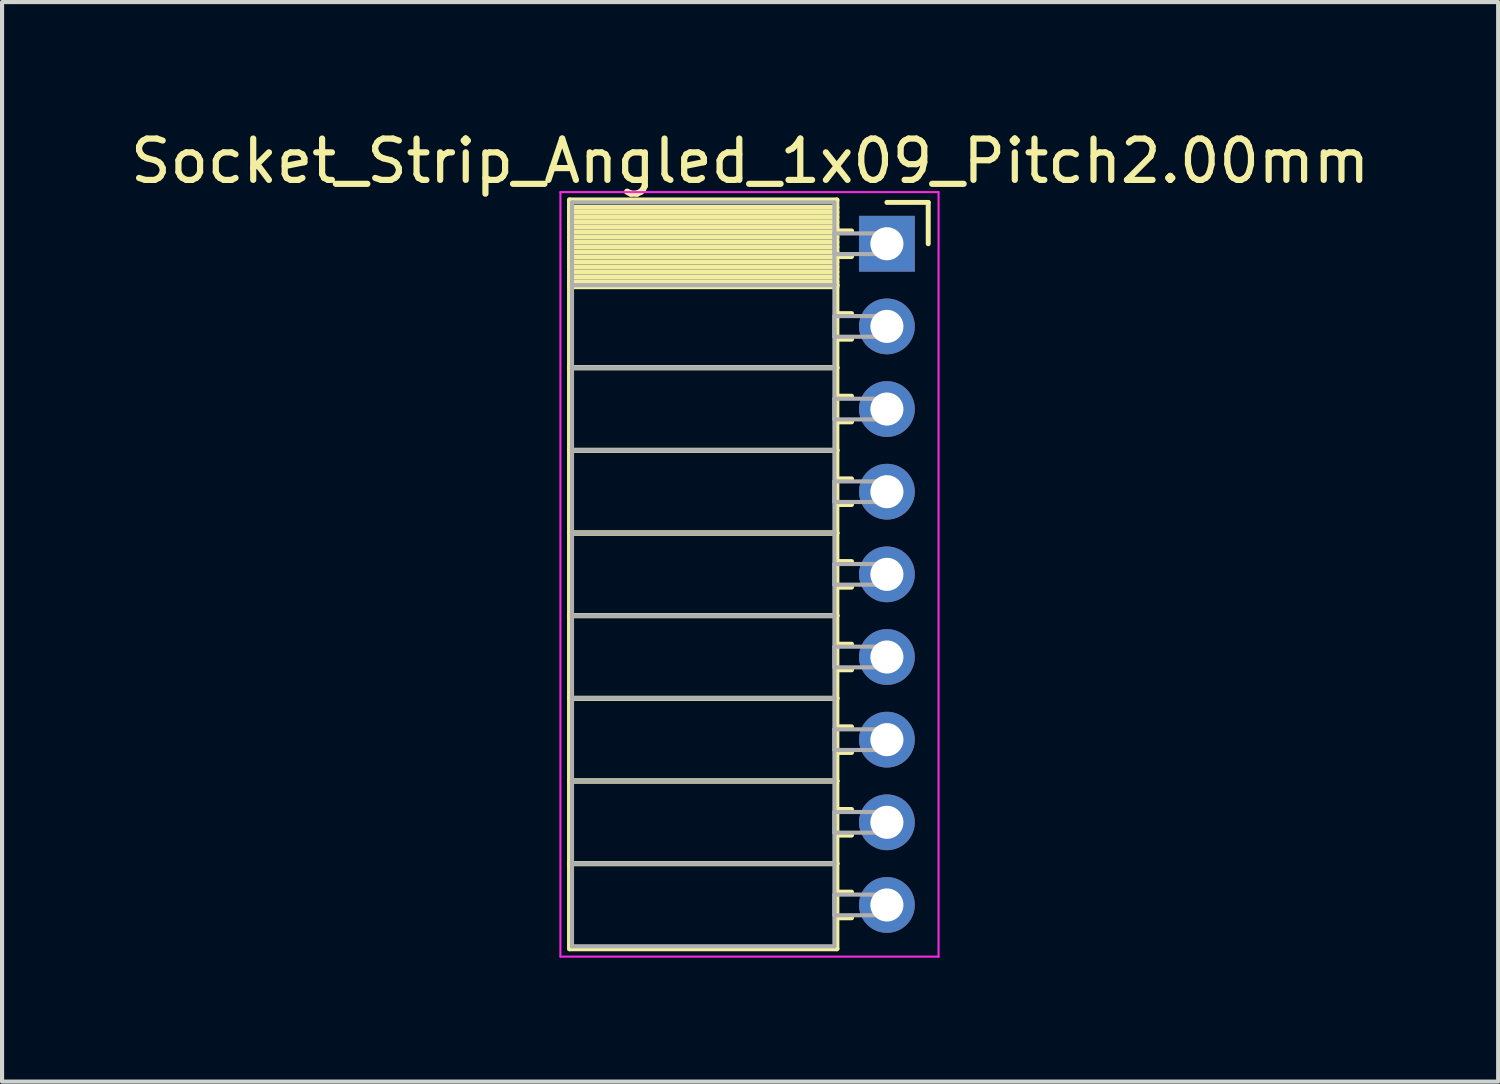
<source format=kicad_pcb>
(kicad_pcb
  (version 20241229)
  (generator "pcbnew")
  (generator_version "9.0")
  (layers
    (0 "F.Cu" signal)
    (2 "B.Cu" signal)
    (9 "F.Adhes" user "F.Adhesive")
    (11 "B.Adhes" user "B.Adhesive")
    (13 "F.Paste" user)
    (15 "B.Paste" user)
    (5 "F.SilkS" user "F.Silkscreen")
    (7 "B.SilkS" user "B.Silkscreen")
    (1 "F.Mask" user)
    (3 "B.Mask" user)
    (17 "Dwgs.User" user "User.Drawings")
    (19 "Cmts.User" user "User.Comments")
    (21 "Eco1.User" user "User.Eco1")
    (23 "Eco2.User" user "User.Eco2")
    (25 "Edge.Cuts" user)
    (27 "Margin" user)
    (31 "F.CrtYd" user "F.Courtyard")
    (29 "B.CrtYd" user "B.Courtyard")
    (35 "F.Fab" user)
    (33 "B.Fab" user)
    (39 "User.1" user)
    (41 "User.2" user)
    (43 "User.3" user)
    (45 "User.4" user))
  (footprint "Socket_Strip_Angled_1x09_Pitch2.00mm"
    (layer "F.Cu")
    (at 18.411 2.848)
    (property "Reference" "Socket_Strip_Angled_1x09_Pitch2.00mm" (at -3.31 -2 0) (layer "F.SilkS") (effects (font (size 1 1) (thickness 0.15))))
    (attr through_hole)
    (fp_line (start -7.68 -1.06) (end -1.21 -1.06) (stroke (width 0.12) (type solid)) (layer "F.SilkS"))
    (fp_line (start -7.68 1) (end -7.68 -1.06) (stroke (width 0.12) (type solid)) (layer "F.SilkS"))
    (fp_line (start -7.68 1) (end -1.21 1) (stroke (width 0.12) (type solid)) (layer "F.SilkS"))
    (fp_line (start -7.68 3) (end -7.68 1) (stroke (width 0.12) (type solid)) (layer "F.SilkS"))
    (fp_line (start -7.68 3) (end -1.21 3) (stroke (width 0.12) (type solid)) (layer "F.SilkS"))
    (fp_line (start -7.68 5) (end -7.68 3) (stroke (width 0.12) (type solid)) (layer "F.SilkS"))
    (fp_line (start -7.68 5) (end -1.21 5) (stroke (width 0.12) (type solid)) (layer "F.SilkS"))
    (fp_line (start -7.68 7) (end -7.68 5) (stroke (width 0.12) (type solid)) (layer "F.SilkS"))
    (fp_line (start -7.68 7) (end -1.21 7) (stroke (width 0.12) (type solid)) (layer "F.SilkS"))
    (fp_line (start -7.68 9) (end -7.68 7) (stroke (width 0.12) (type solid)) (layer "F.SilkS"))
    (fp_line (start -7.68 9) (end -1.21 9) (stroke (width 0.12) (type solid)) (layer "F.SilkS"))
    (fp_line (start -7.68 11) (end -7.68 9) (stroke (width 0.12) (type solid)) (layer "F.SilkS"))
    (fp_line (start -7.68 11) (end -1.21 11) (stroke (width 0.12) (type solid)) (layer "F.SilkS"))
    (fp_line (start -7.68 13) (end -7.68 11) (stroke (width 0.12) (type solid)) (layer "F.SilkS"))
    (fp_line (start -7.68 13) (end -1.21 13) (stroke (width 0.12) (type solid)) (layer "F.SilkS"))
    (fp_line (start -7.68 15) (end -7.68 13) (stroke (width 0.12) (type solid)) (layer "F.SilkS"))
    (fp_line (start -7.68 15) (end -1.21 15) (stroke (width 0.12) (type solid)) (layer "F.SilkS"))
    (fp_line (start -7.68 17.06) (end -7.68 15) (stroke (width 0.12) (type solid)) (layer "F.SilkS"))
    (fp_line (start -1.21 -1.06) (end -1.21 1) (stroke (width 0.12) (type solid)) (layer "F.SilkS"))
    (fp_line (start -1.21 -0.88) (end -7.68 -0.88) (stroke (width 0.12) (type solid)) (layer "F.SilkS"))
    (fp_line (start -1.21 -0.76) (end -7.68 -0.76) (stroke (width 0.12) (type solid)) (layer "F.SilkS"))
    (fp_line (start -1.21 -0.64) (end -7.68 -0.64) (stroke (width 0.12) (type solid)) (layer "F.SilkS"))
    (fp_line (start -1.21 -0.52) (end -7.68 -0.52) (stroke (width 0.12) (type solid)) (layer "F.SilkS"))
    (fp_line (start -1.21 -0.4) (end -7.68 -0.4) (stroke (width 0.12) (type solid)) (layer "F.SilkS"))
    (fp_line (start -1.21 -0.28) (end -7.68 -0.28) (stroke (width 0.12) (type solid)) (layer "F.SilkS"))
    (fp_line (start -1.21 -0.16) (end -7.68 -0.16) (stroke (width 0.12) (type solid)) (layer "F.SilkS"))
    (fp_line (start -1.21 -0.04) (end -7.68 -0.04) (stroke (width 0.12) (type solid)) (layer "F.SilkS"))
    (fp_line (start -1.21 0.08) (end -7.68 0.08) (stroke (width 0.12) (type solid)) (layer "F.SilkS"))
    (fp_line (start -1.21 0.2) (end -7.68 0.2) (stroke (width 0.12) (type solid)) (layer "F.SilkS"))
    (fp_line (start -1.21 0.32) (end -7.68 0.32) (stroke (width 0.12) (type solid)) (layer "F.SilkS"))
    (fp_line (start -1.21 0.44) (end -7.68 0.44) (stroke (width 0.12) (type solid)) (layer "F.SilkS"))
    (fp_line (start -1.21 0.56) (end -7.68 0.56) (stroke (width 0.12) (type solid)) (layer "F.SilkS"))
    (fp_line (start -1.21 0.68) (end -7.68 0.68) (stroke (width 0.12) (type solid)) (layer "F.SilkS"))
    (fp_line (start -1.21 0.8) (end -7.68 0.8) (stroke (width 0.12) (type solid)) (layer "F.SilkS"))
    (fp_line (start -1.21 0.92) (end -7.68 0.92) (stroke (width 0.12) (type solid)) (layer "F.SilkS"))
    (fp_line (start -1.21 1) (end -7.68 1) (stroke (width 0.12) (type solid)) (layer "F.SilkS"))
    (fp_line (start -1.21 1) (end -1.21 3) (stroke (width 0.12) (type solid)) (layer "F.SilkS"))
    (fp_line (start -1.21 1.04) (end -7.68 1.04) (stroke (width 0.12) (type solid)) (layer "F.SilkS"))
    (fp_line (start -1.21 3) (end -7.68 3) (stroke (width 0.12) (type solid)) (layer "F.SilkS"))
    (fp_line (start -1.21 3) (end -1.21 5) (stroke (width 0.12) (type solid)) (layer "F.SilkS"))
    (fp_line (start -1.21 5) (end -7.68 5) (stroke (width 0.12) (type solid)) (layer "F.SilkS"))
    (fp_line (start -1.21 5) (end -1.21 7) (stroke (width 0.12) (type solid)) (layer "F.SilkS"))
    (fp_line (start -1.21 7) (end -7.68 7) (stroke (width 0.12) (type solid)) (layer "F.SilkS"))
    (fp_line (start -1.21 7) (end -1.21 9) (stroke (width 0.12) (type solid)) (layer "F.SilkS"))
    (fp_line (start -1.21 9) (end -7.68 9) (stroke (width 0.12) (type solid)) (layer "F.SilkS"))
    (fp_line (start -1.21 9) (end -1.21 11) (stroke (width 0.12) (type solid)) (layer "F.SilkS"))
    (fp_line (start -1.21 11) (end -7.68 11) (stroke (width 0.12) (type solid)) (layer "F.SilkS"))
    (fp_line (start -1.21 11) (end -1.21 13) (stroke (width 0.12) (type solid)) (layer "F.SilkS"))
    (fp_line (start -1.21 13) (end -7.68 13) (stroke (width 0.12) (type solid)) (layer "F.SilkS"))
    (fp_line (start -1.21 13) (end -1.21 15) (stroke (width 0.12) (type solid)) (layer "F.SilkS"))
    (fp_line (start -1.21 15) (end -7.68 15) (stroke (width 0.12) (type solid)) (layer "F.SilkS"))
    (fp_line (start -1.21 15) (end -1.21 17.06) (stroke (width 0.12) (type solid)) (layer "F.SilkS"))
    (fp_line (start -1.21 17.06) (end -7.68 17.06) (stroke (width 0.12) (type solid)) (layer "F.SilkS"))
    (fp_line (start -0.855 -0.31) (end -1.21 -0.31) (stroke (width 0.12) (type solid)) (layer "F.SilkS"))
    (fp_line (start -0.855 0.31) (end -1.21 0.31) (stroke (width 0.12) (type solid)) (layer "F.SilkS"))
    (fp_line (start -0.855 1.69) (end -1.21 1.69) (stroke (width 0.12) (type solid)) (layer "F.SilkS"))
    (fp_line (start -0.855 2.31) (end -1.21 2.31) (stroke (width 0.12) (type solid)) (layer "F.SilkS"))
    (fp_line (start -0.855 3.69) (end -1.21 3.69) (stroke (width 0.12) (type solid)) (layer "F.SilkS"))
    (fp_line (start -0.855 4.31) (end -1.21 4.31) (stroke (width 0.12) (type solid)) (layer "F.SilkS"))
    (fp_line (start -0.855 5.69) (end -1.21 5.69) (stroke (width 0.12) (type solid)) (layer "F.SilkS"))
    (fp_line (start -0.855 6.31) (end -1.21 6.31) (stroke (width 0.12) (type solid)) (layer "F.SilkS"))
    (fp_line (start -0.855 7.69) (end -1.21 7.69) (stroke (width 0.12) (type solid)) (layer "F.SilkS"))
    (fp_line (start -0.855 8.31) (end -1.21 8.31) (stroke (width 0.12) (type solid)) (layer "F.SilkS"))
    (fp_line (start -0.855 9.69) (end -1.21 9.69) (stroke (width 0.12) (type solid)) (layer "F.SilkS"))
    (fp_line (start -0.855 10.31) (end -1.21 10.31) (stroke (width 0.12) (type solid)) (layer "F.SilkS"))
    (fp_line (start -0.855 11.69) (end -1.21 11.69) (stroke (width 0.12) (type solid)) (layer "F.SilkS"))
    (fp_line (start -0.855 12.31) (end -1.21 12.31) (stroke (width 0.12) (type solid)) (layer "F.SilkS"))
    (fp_line (start -0.855 13.69) (end -1.21 13.69) (stroke (width 0.12) (type solid)) (layer "F.SilkS"))
    (fp_line (start -0.855 14.31) (end -1.21 14.31) (stroke (width 0.12) (type solid)) (layer "F.SilkS"))
    (fp_line (start -0.855 15.69) (end -1.21 15.69) (stroke (width 0.12) (type solid)) (layer "F.SilkS"))
    (fp_line (start -0.855 16.31) (end -1.21 16.31) (stroke (width 0.12) (type solid)) (layer "F.SilkS"))
    (fp_line (start 0 -1) (end 1 -1) (stroke (width 0.12) (type solid)) (layer "F.SilkS"))
    (fp_line (start 1 -1) (end 1 0) (stroke (width 0.12) (type solid)) (layer "F.SilkS"))
    (fp_line (start -7.9 -1.25) (end 1.25 -1.25) (stroke (width 0.05) (type solid)) (layer "F.CrtYd"))
    (fp_line (start -7.9 17.25) (end -7.9 -1.25) (stroke (width 0.05) (type solid)) (layer "F.CrtYd"))
    (fp_line (start 1.25 -1.25) (end 1.25 17.25) (stroke (width 0.05) (type solid)) (layer "F.CrtYd"))
    (fp_line (start 1.25 17.25) (end -7.9 17.25) (stroke (width 0.05) (type solid)) (layer "F.CrtYd"))
    (fp_line (start -7.62 -1) (end -1.27 -1) (stroke (width 0.1) (type solid)) (layer "F.Fab"))
    (fp_line (start -7.62 1) (end -7.62 -1) (stroke (width 0.1) (type solid)) (layer "F.Fab"))
    (fp_line (start -7.62 1) (end -1.27 1) (stroke (width 0.1) (type solid)) (layer "F.Fab"))
    (fp_line (start -7.62 3) (end -7.62 1) (stroke (width 0.1) (type solid)) (layer "F.Fab"))
    (fp_line (start -7.62 3) (end -1.27 3) (stroke (width 0.1) (type solid)) (layer "F.Fab"))
    (fp_line (start -7.62 5) (end -7.62 3) (stroke (width 0.1) (type solid)) (layer "F.Fab"))
    (fp_line (start -7.62 5) (end -1.27 5) (stroke (width 0.1) (type solid)) (layer "F.Fab"))
    (fp_line (start -7.62 7) (end -7.62 5) (stroke (width 0.1) (type solid)) (layer "F.Fab"))
    (fp_line (start -7.62 7) (end -1.27 7) (stroke (width 0.1) (type solid)) (layer "F.Fab"))
    (fp_line (start -7.62 9) (end -7.62 7) (stroke (width 0.1) (type solid)) (layer "F.Fab"))
    (fp_line (start -7.62 9) (end -1.27 9) (stroke (width 0.1) (type solid)) (layer "F.Fab"))
    (fp_line (start -7.62 11) (end -7.62 9) (stroke (width 0.1) (type solid)) (layer "F.Fab"))
    (fp_line (start -7.62 11) (end -1.27 11) (stroke (width 0.1) (type solid)) (layer "F.Fab"))
    (fp_line (start -7.62 13) (end -7.62 11) (stroke (width 0.1) (type solid)) (layer "F.Fab"))
    (fp_line (start -7.62 13) (end -1.27 13) (stroke (width 0.1) (type solid)) (layer "F.Fab"))
    (fp_line (start -7.62 15) (end -7.62 13) (stroke (width 0.1) (type solid)) (layer "F.Fab"))
    (fp_line (start -7.62 15) (end -1.27 15) (stroke (width 0.1) (type solid)) (layer "F.Fab"))
    (fp_line (start -7.62 17) (end -7.62 15) (stroke (width 0.1) (type solid)) (layer "F.Fab"))
    (fp_line (start -1.27 -1) (end -1.27 1) (stroke (width 0.1) (type solid)) (layer "F.Fab"))
    (fp_line (start -1.27 -0.25) (end 0 -0.25) (stroke (width 0.1) (type solid)) (layer "F.Fab"))
    (fp_line (start -1.27 0.25) (end -1.27 -0.25) (stroke (width 0.1) (type solid)) (layer "F.Fab"))
    (fp_line (start -1.27 1) (end -7.62 1) (stroke (width 0.1) (type solid)) (layer "F.Fab"))
    (fp_line (start -1.27 1) (end -1.27 3) (stroke (width 0.1) (type solid)) (layer "F.Fab"))
    (fp_line (start -1.27 1.75) (end 0 1.75) (stroke (width 0.1) (type solid)) (layer "F.Fab"))
    (fp_line (start -1.27 2.25) (end -1.27 1.75) (stroke (width 0.1) (type solid)) (layer "F.Fab"))
    (fp_line (start -1.27 3) (end -7.62 3) (stroke (width 0.1) (type solid)) (layer "F.Fab"))
    (fp_line (start -1.27 3) (end -1.27 5) (stroke (width 0.1) (type solid)) (layer "F.Fab"))
    (fp_line (start -1.27 3.75) (end 0 3.75) (stroke (width 0.1) (type solid)) (layer "F.Fab"))
    (fp_line (start -1.27 4.25) (end -1.27 3.75) (stroke (width 0.1) (type solid)) (layer "F.Fab"))
    (fp_line (start -1.27 5) (end -7.62 5) (stroke (width 0.1) (type solid)) (layer "F.Fab"))
    (fp_line (start -1.27 5) (end -1.27 7) (stroke (width 0.1) (type solid)) (layer "F.Fab"))
    (fp_line (start -1.27 5.75) (end 0 5.75) (stroke (width 0.1) (type solid)) (layer "F.Fab"))
    (fp_line (start -1.27 6.25) (end -1.27 5.75) (stroke (width 0.1) (type solid)) (layer "F.Fab"))
    (fp_line (start -1.27 7) (end -7.62 7) (stroke (width 0.1) (type solid)) (layer "F.Fab"))
    (fp_line (start -1.27 7) (end -1.27 9) (stroke (width 0.1) (type solid)) (layer "F.Fab"))
    (fp_line (start -1.27 7.75) (end 0 7.75) (stroke (width 0.1) (type solid)) (layer "F.Fab"))
    (fp_line (start -1.27 8.25) (end -1.27 7.75) (stroke (width 0.1) (type solid)) (layer "F.Fab"))
    (fp_line (start -1.27 9) (end -7.62 9) (stroke (width 0.1) (type solid)) (layer "F.Fab"))
    (fp_line (start -1.27 9) (end -1.27 11) (stroke (width 0.1) (type solid)) (layer "F.Fab"))
    (fp_line (start -1.27 9.75) (end 0 9.75) (stroke (width 0.1) (type solid)) (layer "F.Fab"))
    (fp_line (start -1.27 10.25) (end -1.27 9.75) (stroke (width 0.1) (type solid)) (layer "F.Fab"))
    (fp_line (start -1.27 11) (end -7.62 11) (stroke (width 0.1) (type solid)) (layer "F.Fab"))
    (fp_line (start -1.27 11) (end -1.27 13) (stroke (width 0.1) (type solid)) (layer "F.Fab"))
    (fp_line (start -1.27 11.75) (end 0 11.75) (stroke (width 0.1) (type solid)) (layer "F.Fab"))
    (fp_line (start -1.27 12.25) (end -1.27 11.75) (stroke (width 0.1) (type solid)) (layer "F.Fab"))
    (fp_line (start -1.27 13) (end -7.62 13) (stroke (width 0.1) (type solid)) (layer "F.Fab"))
    (fp_line (start -1.27 13) (end -1.27 15) (stroke (width 0.1) (type solid)) (layer "F.Fab"))
    (fp_line (start -1.27 13.75) (end 0 13.75) (stroke (width 0.1) (type solid)) (layer "F.Fab"))
    (fp_line (start -1.27 14.25) (end -1.27 13.75) (stroke (width 0.1) (type solid)) (layer "F.Fab"))
    (fp_line (start -1.27 15) (end -7.62 15) (stroke (width 0.1) (type solid)) (layer "F.Fab"))
    (fp_line (start -1.27 15) (end -1.27 17) (stroke (width 0.1) (type solid)) (layer "F.Fab"))
    (fp_line (start -1.27 15.75) (end 0 15.75) (stroke (width 0.1) (type solid)) (layer "F.Fab"))
    (fp_line (start -1.27 16.25) (end -1.27 15.75) (stroke (width 0.1) (type solid)) (layer "F.Fab"))
    (fp_line (start -1.27 17) (end -7.62 17) (stroke (width 0.1) (type solid)) (layer "F.Fab"))
    (fp_line (start 0 -0.25) (end 0 0.25) (stroke (width 0.1) (type solid)) (layer "F.Fab"))
    (fp_line (start 0 0.25) (end -1.27 0.25) (stroke (width 0.1) (type solid)) (layer "F.Fab"))
    (fp_line (start 0 1.75) (end 0 2.25) (stroke (width 0.1) (type solid)) (layer "F.Fab"))
    (fp_line (start 0 2.25) (end -1.27 2.25) (stroke (width 0.1) (type solid)) (layer "F.Fab"))
    (fp_line (start 0 3.75) (end 0 4.25) (stroke (width 0.1) (type solid)) (layer "F.Fab"))
    (fp_line (start 0 4.25) (end -1.27 4.25) (stroke (width 0.1) (type solid)) (layer "F.Fab"))
    (fp_line (start 0 5.75) (end 0 6.25) (stroke (width 0.1) (type solid)) (layer "F.Fab"))
    (fp_line (start 0 6.25) (end -1.27 6.25) (stroke (width 0.1) (type solid)) (layer "F.Fab"))
    (fp_line (start 0 7.75) (end 0 8.25) (stroke (width 0.1) (type solid)) (layer "F.Fab"))
    (fp_line (start 0 8.25) (end -1.27 8.25) (stroke (width 0.1) (type solid)) (layer "F.Fab"))
    (fp_line (start 0 9.75) (end 0 10.25) (stroke (width 0.1) (type solid)) (layer "F.Fab"))
    (fp_line (start 0 10.25) (end -1.27 10.25) (stroke (width 0.1) (type solid)) (layer "F.Fab"))
    (fp_line (start 0 11.75) (end 0 12.25) (stroke (width 0.1) (type solid)) (layer "F.Fab"))
    (fp_line (start 0 12.25) (end -1.27 12.25) (stroke (width 0.1) (type solid)) (layer "F.Fab"))
    (fp_line (start 0 13.75) (end 0 14.25) (stroke (width 0.1) (type solid)) (layer "F.Fab"))
    (fp_line (start 0 14.25) (end -1.27 14.25) (stroke (width 0.1) (type solid)) (layer "F.Fab"))
    (fp_line (start 0 15.75) (end 0 16.25) (stroke (width 0.1) (type solid)) (layer "F.Fab"))
    (fp_line (start 0 16.25) (end -1.27 16.25) (stroke (width 0.1) (type solid)) (layer "F.Fab"))
    (pad "1" thru_hole rect (at 0 0) (size 1.35 1.35) (drill 0.8) (layers "*.Cu" "*.Mask"))
    (pad "2" thru_hole oval (at 0 2) (size 1.35 1.35) (drill 0.8) (layers "*.Cu" "*.Mask"))
    (pad "3" thru_hole oval (at 0 4) (size 1.35 1.35) (drill 0.8) (layers "*.Cu" "*.Mask"))
    (pad "4" thru_hole oval (at 0 6) (size 1.35 1.35) (drill 0.8) (layers "*.Cu" "*.Mask"))
    (pad "5" thru_hole oval (at 0 8) (size 1.35 1.35) (drill 0.8) (layers "*.Cu" "*.Mask"))
    (pad "6" thru_hole oval (at 0 10) (size 1.35 1.35) (drill 0.8) (layers "*.Cu" "*.Mask"))
    (pad "7" thru_hole oval (at 0 12) (size 1.35 1.35) (drill 0.8) (layers "*.Cu" "*.Mask"))
    (pad "8" thru_hole oval (at 0 14) (size 1.35 1.35) (drill 0.8) (layers "*.Cu" "*.Mask"))
    (pad "9" thru_hole oval (at 0 16) (size 1.35 1.35) (drill 0.8) (layers "*.Cu" "*.Mask")))
  (gr_rect
    (start -3 -3)
    (end 33.202 23.123)
    (stroke (width 0.1) (type default))
    (fill no)
    (layer "Edge.Cuts")))
</source>
